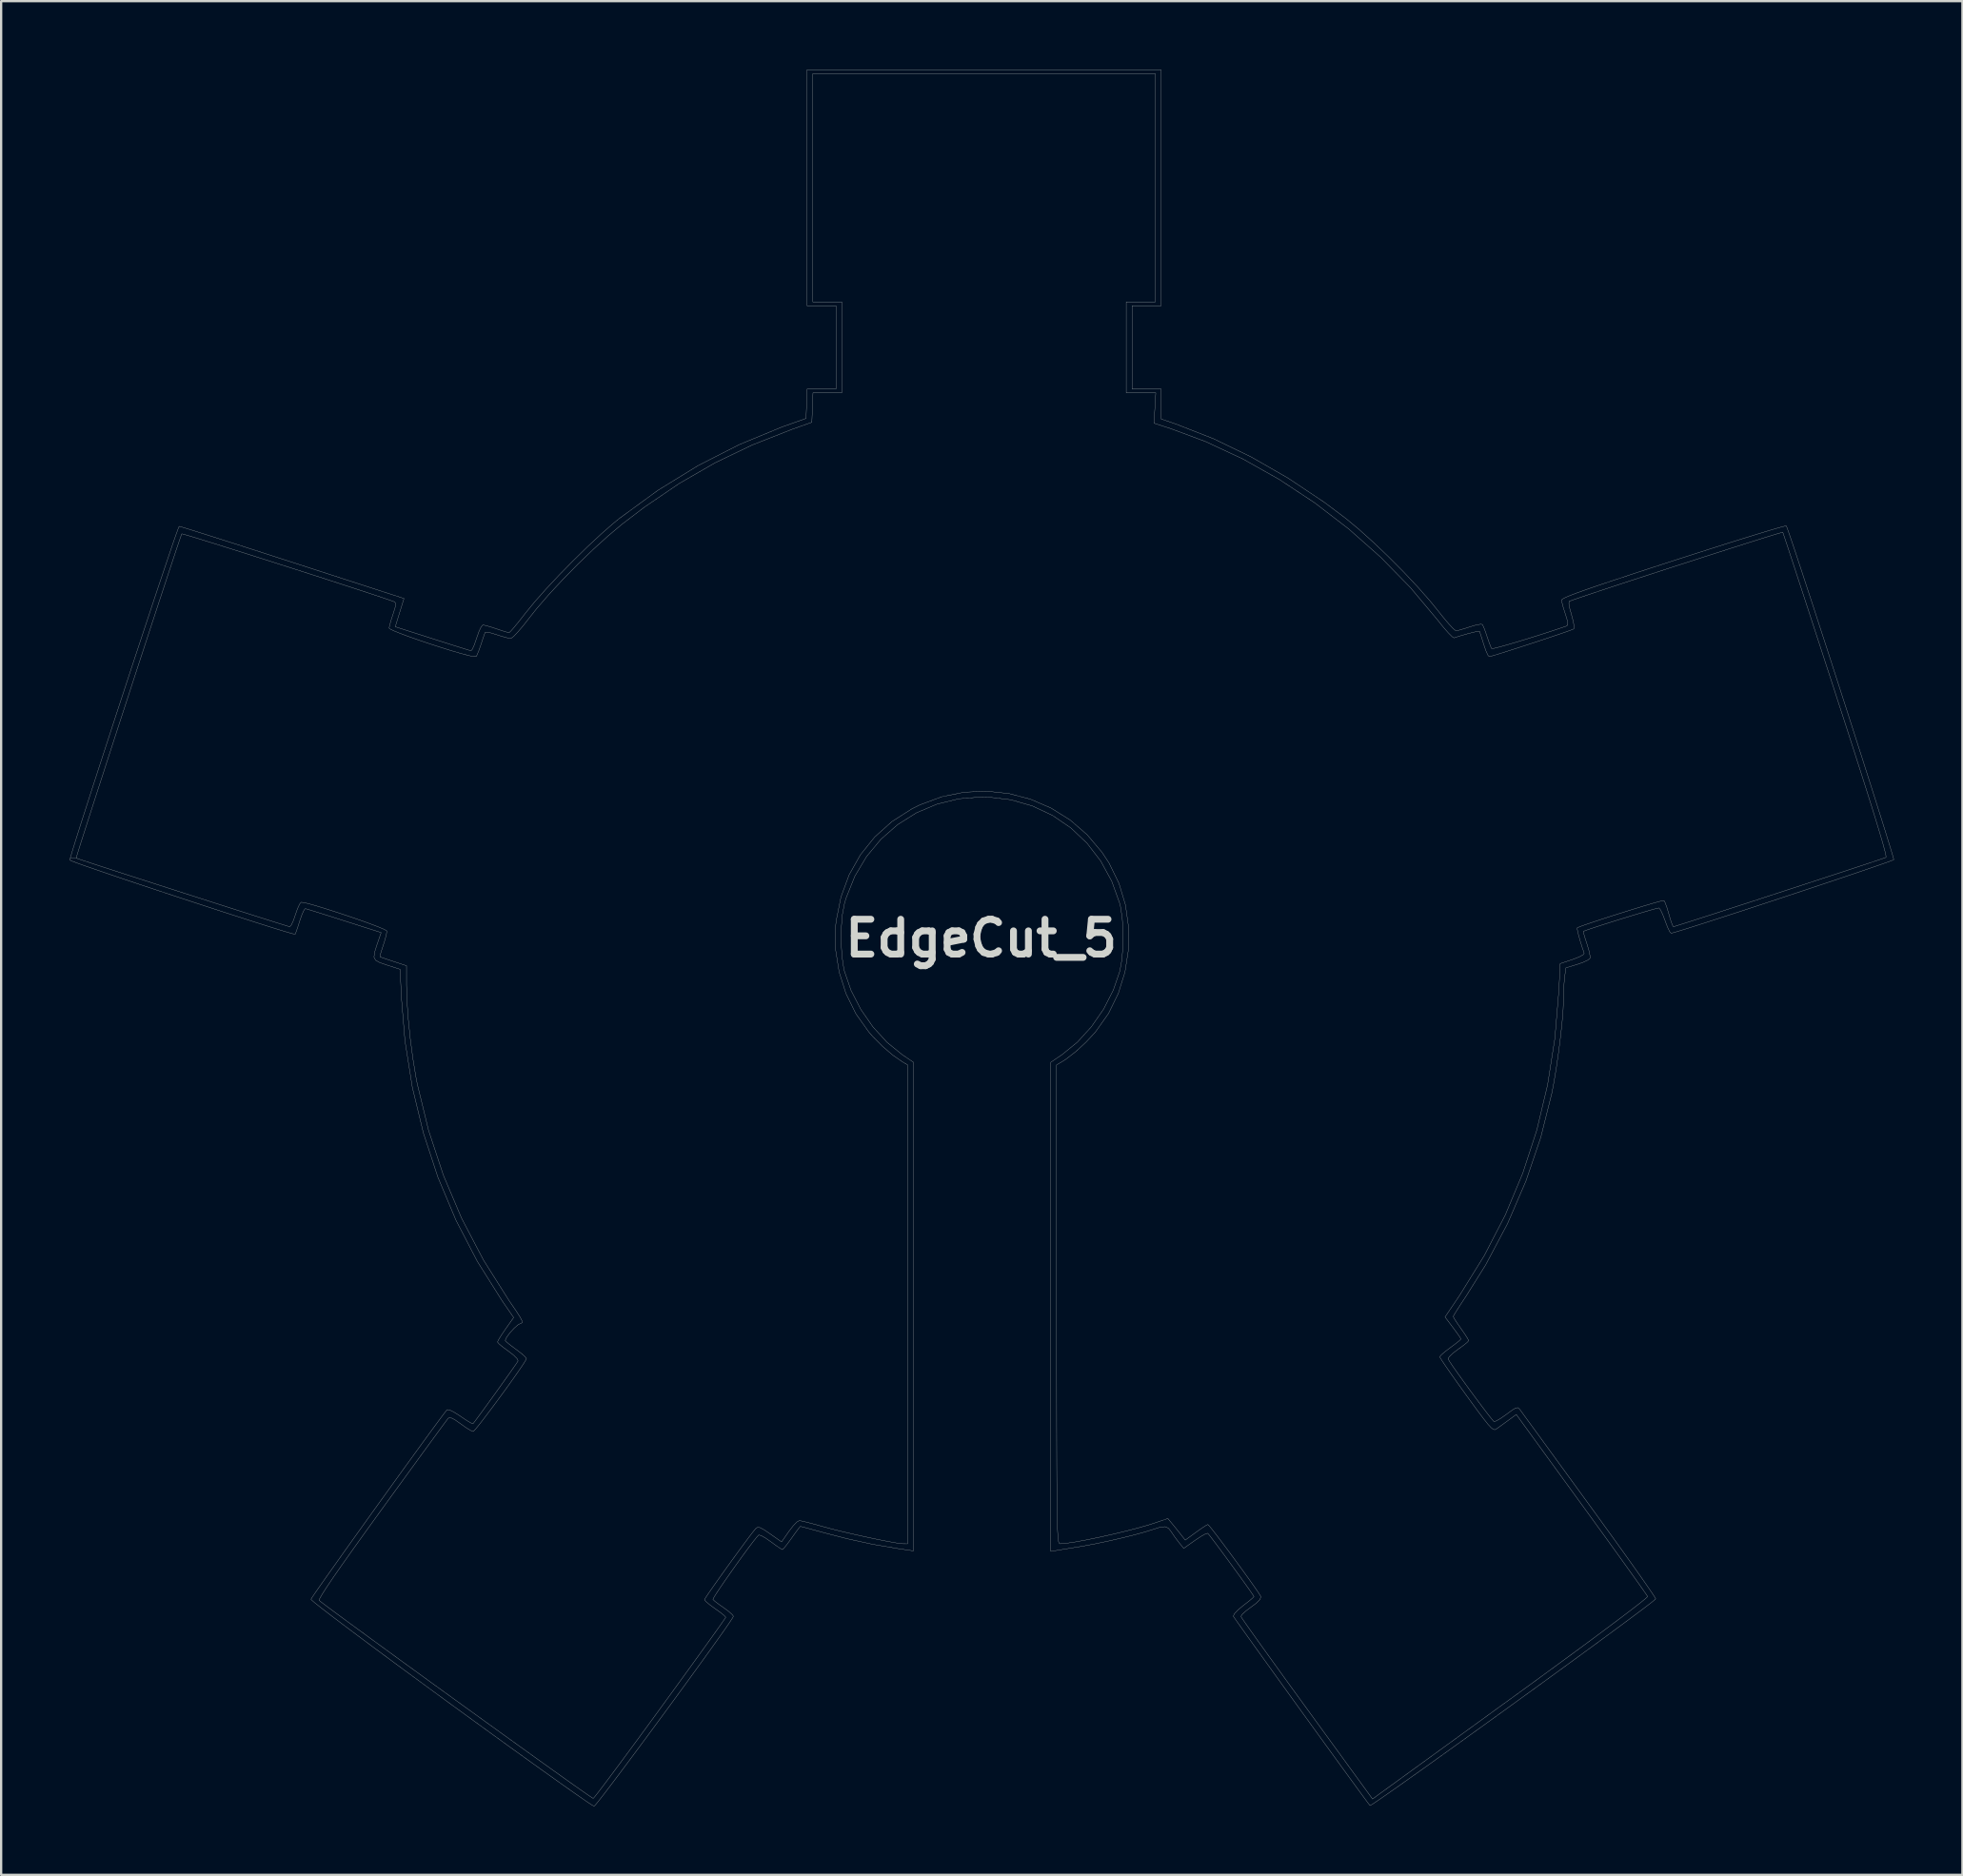
<source format=kicad_pcb>
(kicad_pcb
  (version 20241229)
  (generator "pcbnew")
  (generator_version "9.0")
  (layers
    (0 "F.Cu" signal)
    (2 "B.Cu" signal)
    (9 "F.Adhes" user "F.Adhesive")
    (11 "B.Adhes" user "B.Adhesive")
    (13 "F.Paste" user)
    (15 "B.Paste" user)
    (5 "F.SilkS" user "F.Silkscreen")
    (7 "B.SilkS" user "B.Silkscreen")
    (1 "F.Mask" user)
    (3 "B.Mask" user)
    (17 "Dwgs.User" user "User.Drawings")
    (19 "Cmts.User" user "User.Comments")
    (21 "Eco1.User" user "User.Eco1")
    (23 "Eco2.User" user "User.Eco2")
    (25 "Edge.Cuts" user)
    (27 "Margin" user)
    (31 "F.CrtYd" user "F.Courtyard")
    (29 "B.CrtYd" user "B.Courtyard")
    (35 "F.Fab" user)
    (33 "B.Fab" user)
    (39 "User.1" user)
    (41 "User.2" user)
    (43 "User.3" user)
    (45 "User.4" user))
  (footprint "EdgeCut_5"
    (layer "F.Cu")
    (at 39.886 38.02)
    (property "Reference" "EdgeCut_5" (at 0 0 0) (layer "Edge.Cuts") (effects (font (size 1.524 1.524) (thickness 0.3))))
    (attr through_hole)
    (fp_poly (pts (xy 7.874 -27.686) (xy 6.604 -27.686) (xy 6.604 -24.045) (xy 7.874 -24.045) (xy 7.874 -23.389) (xy 7.874 -22.733) (xy 8.547 -22.501) (xy 10.177 -21.863) (xy 11.815 -21.071) (xy 13.436 -20.141) (xy 15.017 -19.085) (xy 15.956 -18.38) (xy 16.529 -17.905) (xy 17.164 -17.334) (xy 17.825 -16.703) (xy 18.48 -16.044) (xy 19.093 -15.393) (xy 19.631 -14.783) (xy 19.97 -14.366) (xy 20.235 -14.034) (xy 20.47 -13.756) (xy 20.654 -13.559) (xy 20.765 -13.466) (xy 20.778 -13.462) (xy 20.911 -13.488) (xy 21.148 -13.556) (xy 21.381 -13.632) (xy 21.649 -13.712) (xy 21.851 -13.748) (xy 21.934 -13.738) (xy 21.99 -13.627) (xy 22.073 -13.408) (xy 22.14 -13.208) (xy 22.23 -12.945) (xy 22.306 -12.75) (xy 22.342 -12.682) (xy 22.433 -12.691) (xy 22.658 -12.746) (xy 22.992 -12.838) (xy 23.408 -12.96) (xy 23.882 -13.104) (xy 24.386 -13.262) (xy 24.895 -13.426) (xy 25.383 -13.588) (xy 25.63 -13.673) (xy 25.674 -13.741) (xy 25.653 -13.909) (xy 25.566 -14.191) (xy 25.477 -14.473) (xy 25.417 -14.704) (xy 25.401 -14.809) (xy 25.439 -14.85) (xy 25.557 -14.913) (xy 25.764 -15.002) (xy 26.071 -15.119) (xy 26.485 -15.267) (xy 27.017 -15.45) (xy 27.675 -15.671) (xy 28.469 -15.934) (xy 29.407 -16.241) (xy 30.29 -16.527) (xy 31.163 -16.809) (xy 31.987 -17.072) (xy 32.749 -17.314) (xy 33.435 -17.528) (xy 34.031 -17.712) (xy 34.523 -17.861) (xy 34.896 -17.97) (xy 35.138 -18.035) (xy 35.233 -18.052) (xy 35.233 -18.051) (xy 35.272 -17.958) (xy 35.357 -17.718) (xy 35.484 -17.346) (xy 35.649 -16.854) (xy 35.846 -16.257) (xy 36.072 -15.569) (xy 36.323 -14.804) (xy 36.592 -13.976) (xy 36.877 -13.099) (xy 37.173 -12.186) (xy 37.474 -11.252) (xy 37.778 -10.31) (xy 38.078 -9.375) (xy 38.371 -8.46) (xy 38.652 -7.58) (xy 38.917 -6.748) (xy 39.161 -5.978) (xy 39.38 -5.284) (xy 39.569 -4.68) (xy 39.723 -4.18) (xy 39.839 -3.799) (xy 39.912 -3.549) (xy 39.937 -3.445) (xy 39.937 -3.443) (xy 39.854 -3.406) (xy 39.628 -3.322) (xy 39.274 -3.198) (xy 38.81 -3.038) (xy 38.253 -2.848) (xy 37.62 -2.635) (xy 36.927 -2.403) (xy 36.193 -2.158) (xy 35.433 -1.906) (xy 34.665 -1.652) (xy 33.905 -1.402) (xy 33.172 -1.162) (xy 32.481 -0.938) (xy 31.849 -0.734) (xy 31.295 -0.556) (xy 30.834 -0.411) (xy 30.484 -0.303) (xy 30.261 -0.239) (xy 30.194 -0.223) (xy 30.132 -0.291) (xy 30.04 -0.48) (xy 29.937 -0.75) (xy 29.935 -0.757) (xy 29.83 -1.035) (xy 29.733 -1.241) (xy 29.665 -1.33) (xy 29.571 -1.312) (xy 29.345 -1.25) (xy 29.019 -1.155) (xy 28.621 -1.036) (xy 28.181 -0.902) (xy 27.73 -0.762) (xy 27.298 -0.625) (xy 26.914 -0.501) (xy 26.609 -0.399) (xy 26.412 -0.329) (xy 26.353 -0.302) (xy 26.367 -0.219) (xy 26.425 -0.02) (xy 26.51 0.241) (xy 26.595 0.528) (xy 26.643 0.758) (xy 26.645 0.875) (xy 26.547 0.955) (xy 26.334 1.054) (xy 26.096 1.137) (xy 25.59 1.291) (xy 25.537 1.673) (xy 25.51 1.956) (xy 25.491 2.326) (xy 25.484 2.7) (xy 25.467 3.123) (xy 25.423 3.671) (xy 25.355 4.303) (xy 25.27 4.979) (xy 25.172 5.657) (xy 25.066 6.297) (xy 24.975 6.773) (xy 24.489 8.716) (xy 23.84 10.625) (xy 23.036 12.487) (xy 22.082 14.287) (xy 21.237 15.638) (xy 21.015 15.974) (xy 20.833 16.257) (xy 20.708 16.46) (xy 20.659 16.554) (xy 20.659 16.555) (xy 20.704 16.645) (xy 20.825 16.832) (xy 20.994 17.075) (xy 20.997 17.081) (xy 21.167 17.325) (xy 21.288 17.515) (xy 21.336 17.61) (xy 21.336 17.61) (xy 21.272 17.683) (xy 21.102 17.82) (xy 20.866 17.991) (xy 20.635 18.167) (xy 20.48 18.318) (xy 20.434 18.411) (xy 20.434 18.412) (xy 20.5 18.523) (xy 20.645 18.739) (xy 20.852 19.033) (xy 21.101 19.38) (xy 21.373 19.755) (xy 21.65 20.131) (xy 21.913 20.483) (xy 22.142 20.785) (xy 22.32 21.012) (xy 22.426 21.137) (xy 22.445 21.154) (xy 22.549 21.121) (xy 22.743 21.006) (xy 22.988 20.835) (xy 22.997 20.828) (xy 23.246 20.645) (xy 23.398 20.554) (xy 23.49 20.543) (xy 23.558 20.6) (xy 23.58 20.629) (xy 23.65 20.725) (xy 23.809 20.945) (xy 24.05 21.276) (xy 24.364 21.707) (xy 24.74 22.224) (xy 25.17 22.816) (xy 25.645 23.468) (xy 26.155 24.17) (xy 26.619 24.807) (xy 27.148 25.538) (xy 27.646 26.228) (xy 28.104 26.866) (xy 28.513 27.44) (xy 28.864 27.937) (xy 29.148 28.345) (xy 29.358 28.652) (xy 29.484 28.845) (xy 29.519 28.912) (xy 29.446 28.979) (xy 29.249 29.135) (xy 28.938 29.372) (xy 28.526 29.68) (xy 28.024 30.053) (xy 27.444 30.48) (xy 26.798 30.955) (xy 26.097 31.467) (xy 25.353 32.009) (xy 24.578 32.573) (xy 23.784 33.148) (xy 22.982 33.729) (xy 22.185 34.304) (xy 21.403 34.867) (xy 20.649 35.409) (xy 19.935 35.921) (xy 19.272 36.395) (xy 18.671 36.821) (xy 18.145 37.193) (xy 17.706 37.501) (xy 17.365 37.736) (xy 17.134 37.891) (xy 17.024 37.956) (xy 17.017 37.957) (xy 16.944 37.864) (xy 16.785 37.649) (xy 16.55 37.329) (xy 16.249 36.916) (xy 15.892 36.426) (xy 15.492 35.874) (xy 15.057 35.274) (xy 14.599 34.641) (xy 14.128 33.99) (xy 13.655 33.334) (xy 13.19 32.689) (xy 12.744 32.07) (xy 12.328 31.491) (xy 11.952 30.966) (xy 11.626 30.511) (xy 11.362 30.14) (xy 11.169 29.868) (xy 11.059 29.708) (xy 11.036 29.673) (xy 11.078 29.568) (xy 11.234 29.4) (xy 11.466 29.207) (xy 11.7 29.026) (xy 11.869 28.885) (xy 11.938 28.813) (xy 11.938 28.812) (xy 11.89 28.733) (xy 11.76 28.543) (xy 11.566 28.268) (xy 11.325 27.933) (xy 11.057 27.564) (xy 10.781 27.186) (xy 10.514 26.823) (xy 10.275 26.502) (xy 10.083 26.248) (xy 9.956 26.086) (xy 9.914 26.04) (xy 9.819 26.066) (xy 9.629 26.172) (xy 9.382 26.335) (xy 9.358 26.351) (xy 8.865 26.701) (xy 8.662 26.453) (xy 8.481 26.214) (xy 8.322 25.979) (xy 8.318 25.971) (xy 8.195 25.816) (xy 8.048 25.752) (xy 7.832 25.774) (xy 7.525 25.871) (xy 7.172 25.982) (xy 6.697 26.112) (xy 6.144 26.249) (xy 5.559 26.383) (xy 4.985 26.504) (xy 4.468 26.601) (xy 4.359 26.619) (xy 3.973 26.682) (xy 3.626 26.738) (xy 3.369 26.781) (xy 3.281 26.796) (xy 3.048 26.835) (xy 3.048 5.425) (xy 3.543 5.089) (xy 4.214 4.542) (xy 4.829 3.865) (xy 5.36 3.096) (xy 5.782 2.27) (xy 6.068 1.439) (xy 6.158 0.937) (xy 6.206 0.34) (xy 6.212 -0.289) (xy 6.174 -0.892) (xy 6.094 -1.408) (xy 6.066 -1.524) (xy 5.715 -2.5) (xy 5.233 -3.383) (xy 4.632 -4.165) (xy 3.924 -4.834) (xy 3.123 -5.38) (xy 2.242 -5.794) (xy 1.294 -6.066) (xy 0.291 -6.185) (xy 0.042 -6.19) (xy -0.971 -6.109) (xy -1.934 -5.873) (xy -2.833 -5.493) (xy -3.654 -4.977) (xy -4.385 -4.337) (xy -5.013 -3.582) (xy -5.526 -2.722) (xy -5.909 -1.768) (xy -5.981 -1.524) (xy -6.072 -1.043) (xy -6.121 -0.457) (xy -6.127 0.171) (xy -6.091 0.782) (xy -6.012 1.316) (xy -5.983 1.439) (xy -5.691 2.285) (xy -5.267 3.11) (xy -4.734 3.878) (xy -4.118 4.553) (xy -3.458 5.089) (xy -2.963 5.425) (xy -2.963 26.812) (xy -3.662 26.708) (xy -4.759 26.521) (xy -5.877 26.276) (xy -6.845 26.025) (xy -7.239 25.918) (xy -7.569 25.828) (xy -7.803 25.766) (xy -7.909 25.739) (xy -7.913 25.739) (xy -7.968 25.803) (xy -8.094 25.971) (xy -8.265 26.21) (xy -8.29 26.247) (xy -8.47 26.493) (xy -8.613 26.674) (xy -8.693 26.754) (xy -8.697 26.755) (xy -8.785 26.707) (xy -8.968 26.583) (xy -9.201 26.412) (xy -9.441 26.246) (xy -9.632 26.139) (xy -9.731 26.116) (xy -9.817 26.206) (xy -9.976 26.405) (xy -10.189 26.687) (xy -10.44 27.028) (xy -10.71 27.403) (xy -10.981 27.786) (xy -11.236 28.151) (xy -11.456 28.475) (xy -11.623 28.73) (xy -11.72 28.893) (xy -11.737 28.939) (xy -11.649 29.02) (xy -11.464 29.16) (xy -11.266 29.299) (xy -11.041 29.466) (xy -10.887 29.605) (xy -10.841 29.676) (xy -10.891 29.766) (xy -11.03 29.977) (xy -11.25 30.295) (xy -11.539 30.703) (xy -11.886 31.189) (xy -12.281 31.737) (xy -12.713 32.334) (xy -13.172 32.964) (xy -13.646 33.614) (xy -14.127 34.268) (xy -14.602 34.913) (xy -15.061 35.533) (xy -15.493 36.115) (xy -15.889 36.644) (xy -16.237 37.105) (xy -16.527 37.485) (xy -16.747 37.767) (xy -16.889 37.939) (xy -16.938 37.987) (xy -17.023 37.94) (xy -17.235 37.801) (xy -17.563 37.575) (xy -17.999 37.27) (xy -18.531 36.894) (xy -19.15 36.453) (xy -19.847 35.954) (xy -20.611 35.404) (xy -21.432 34.81) (xy -22.301 34.18) (xy -23.199 33.527) (xy -24.154 32.829) (xy -25.055 32.168) (xy -25.894 31.55) (xy -26.661 30.982) (xy -27.349 30.469) (xy -27.948 30.019) (xy -28.451 29.638) (xy -28.848 29.332) (xy -29.131 29.107) (xy -29.292 28.971) (xy -29.327 28.93) (xy -29.278 28.849) (xy -29.14 28.644) (xy -28.923 28.332) (xy -28.638 27.927) (xy -28.296 27.444) (xy -27.907 26.896) (xy -27.482 26.3) (xy -27.03 25.668) (xy -26.564 25.017) (xy -26.092 24.36) (xy -25.626 23.713) (xy -25.176 23.089) (xy -24.752 22.504) (xy -24.366 21.972) (xy -24.027 21.508) (xy -23.747 21.127) (xy -23.535 20.842) (xy -23.402 20.669) (xy -23.368 20.629) (xy -23.271 20.639) (xy -23.079 20.732) (xy -22.828 20.889) (xy -22.785 20.92) (xy -22.534 21.089) (xy -22.341 21.206) (xy -22.242 21.248) (xy -22.238 21.246) (xy -22.151 21.136) (xy -21.99 20.919) (xy -21.774 20.624) (xy -21.52 20.274) (xy -21.248 19.897) (xy -20.977 19.518) (xy -20.725 19.164) (xy -20.511 18.861) (xy -20.354 18.634) (xy -20.272 18.511) (xy -20.265 18.498) (xy -20.309 18.396) (xy -20.469 18.237) (xy -20.694 18.064) (xy -20.932 17.89) (xy -21.101 17.749) (xy -21.166 17.67) (xy -21.121 17.572) (xy -21.001 17.378) (xy -20.831 17.127) (xy -20.813 17.1) (xy -20.458 16.598) (xy -20.969 15.856) (xy -22.049 14.138) (xy -22.984 12.336) (xy -23.771 10.461) (xy -24.408 8.522) (xy -24.89 6.529) (xy -25.214 4.491) (xy -25.371 2.58) (xy -25.426 1.356) (xy -26.006 1.169) (xy -26.317 1.062) (xy -26.499 0.96) (xy -26.569 0.823) (xy -26.544 0.612) (xy -26.442 0.287) (xy -26.421 0.226) (xy -26.257 -0.252) (xy -27.881 -0.77) (xy -28.379 -0.929) (xy -28.822 -1.069) (xy -29.185 -1.182) (xy -29.443 -1.262) (xy -29.57 -1.299) (xy -29.577 -1.301) (xy -29.635 -1.232) (xy -29.721 -1.042) (xy -29.816 -0.77) (xy -29.818 -0.762) (xy -29.908 -0.481) (xy -29.981 -0.272) (xy -30.019 -0.18) (xy -30.02 -0.18) (xy -30.107 -0.196) (xy -30.337 -0.26) (xy -30.694 -0.368) (xy -31.161 -0.513) (xy -31.721 -0.69) (xy -32.356 -0.894) (xy -33.051 -1.118) (xy -33.789 -1.358) (xy -34.552 -1.608) (xy -35.323 -1.862) (xy -36.087 -2.114) (xy -36.825 -2.36) (xy -37.522 -2.593) (xy -38.16 -2.809) (xy -38.722 -3.001) (xy -39.193 -3.164) (xy -39.553 -3.292) (xy -39.788 -3.38) (xy -39.88 -3.423) (xy -39.881 -3.425) (xy -39.86 -3.511) (xy -39.601 -3.511) (xy -39.513 -3.479) (xy -39.282 -3.402) (xy -38.924 -3.284) (xy -38.457 -3.131) (xy -37.899 -2.95) (xy -37.267 -2.746) (xy -36.578 -2.523) (xy -35.851 -2.289) (xy -35.102 -2.048) (xy -34.349 -1.806) (xy -33.609 -1.569) (xy -32.9 -1.342) (xy -32.24 -1.131) (xy -31.646 -0.942) (xy -31.135 -0.78) (xy -30.725 -0.651) (xy -30.433 -0.56) (xy -30.277 -0.513) (xy -30.256 -0.508) (xy -30.188 -0.583) (xy -30.097 -0.777) (xy -30.012 -1.025) (xy -29.916 -1.299) (xy -29.823 -1.5) (xy -29.759 -1.579) (xy -29.644 -1.568) (xy -29.4 -1.508) (xy -29.056 -1.41) (xy -28.64 -1.282) (xy -28.179 -1.134) (xy -27.701 -0.975) (xy -27.233 -0.815) (xy -26.805 -0.662) (xy -26.443 -0.526) (xy -26.175 -0.416) (xy -26.03 -0.342) (xy -26.011 -0.323) (xy -26.025 -0.187) (xy -26.085 0.051) (xy -26.16 0.29) (xy -26.246 0.552) (xy -26.3 0.739) (xy -26.31 0.807) (xy -26.225 0.84) (xy -26.022 0.91) (xy -25.743 1.003) (xy -25.718 1.011) (xy -25.146 1.199) (xy -25.146 2.041) (xy -25.126 2.74) (xy -25.068 3.548) (xy -24.98 4.41) (xy -24.866 5.272) (xy -24.733 6.079) (xy -24.678 6.364) (xy -24.182 8.403) (xy -23.534 10.367) (xy -22.732 12.26) (xy -21.776 14.087) (xy -20.663 15.85) (xy -20.608 15.929) (xy -20.35 16.308) (xy -20.182 16.57) (xy -20.096 16.734) (xy -20.082 16.821) (xy -20.129 16.848) (xy -20.138 16.849) (xy -20.262 16.911) (xy -20.437 17.065) (xy -20.618 17.263) (xy -20.763 17.457) (xy -20.826 17.598) (xy -20.826 17.606) (xy -20.762 17.675) (xy -20.594 17.812) (xy -20.361 17.985) (xy -20.126 18.164) (xy -19.959 18.312) (xy -19.897 18.396) (xy -19.945 18.493) (xy -20.077 18.699) (xy -20.276 18.99) (xy -20.525 19.344) (xy -20.806 19.736) (xy -21.103 20.142) (xy -21.397 20.54) (xy -21.672 20.905) (xy -21.91 21.215) (xy -22.094 21.444) (xy -22.207 21.57) (xy -22.231 21.587) (xy -22.341 21.541) (xy -22.54 21.418) (xy -22.777 21.25) (xy -23.036 21.068) (xy -23.199 20.987) (xy -23.299 20.992) (xy -23.33 21.017) (xy -23.396 21.104) (xy -23.553 21.315) (xy -23.79 21.639) (xy -24.099 22.061) (xy -24.47 22.57) (xy -24.894 23.153) (xy -25.362 23.797) (xy -25.865 24.49) (xy -26.241 25.008) (xy -26.914 25.941) (xy -27.488 26.743) (xy -27.965 27.416) (xy -28.346 27.964) (xy -28.635 28.392) (xy -28.833 28.701) (xy -28.943 28.895) (xy -28.967 28.978) (xy -28.966 28.98) (xy -28.867 29.061) (xy -28.645 29.229) (xy -28.312 29.477) (xy -27.881 29.795) (xy -27.363 30.175) (xy -26.771 30.608) (xy -26.116 31.085) (xy -25.412 31.598) (xy -24.668 32.137) (xy -23.899 32.695) (xy -23.115 33.262) (xy -22.329 33.829) (xy -21.553 34.389) (xy -20.799 34.932) (xy -20.079 35.45) (xy -19.405 35.934) (xy -18.789 36.374) (xy -18.243 36.764) (xy -17.779 37.093) (xy -17.409 37.353) (xy -17.146 37.536) (xy -17.001 37.632) (xy -16.976 37.645) (xy -16.912 37.575) (xy -16.757 37.379) (xy -16.522 37.07) (xy -16.215 36.661) (xy -15.845 36.164) (xy -15.421 35.591) (xy -14.952 34.954) (xy -14.448 34.265) (xy -14.034 33.697) (xy -13.51 32.976) (xy -13.017 32.296) (xy -12.564 31.67) (xy -12.16 31.109) (xy -11.813 30.626) (xy -11.533 30.233) (xy -11.328 29.942) (xy -11.206 29.766) (xy -11.176 29.716) (xy -11.24 29.644) (xy -11.409 29.508) (xy -11.642 29.341) (xy -11.878 29.168) (xy -12.045 29.027) (xy -12.107 28.949) (xy -12.06 28.865) (xy -11.929 28.668) (xy -11.732 28.384) (xy -11.487 28.036) (xy -11.21 27.648) (xy -10.919 27.244) (xy -10.632 26.848) (xy -10.365 26.485) (xy -10.137 26.179) (xy -9.963 25.953) (xy -9.863 25.832) (xy -9.861 25.83) (xy -9.782 25.779) (xy -9.673 25.794) (xy -9.499 25.887) (xy -9.238 26.064) (xy -8.733 26.418) (xy -8.409 25.953) (xy -8.227 25.715) (xy -8.064 25.547) (xy -7.959 25.486) (xy -7.829 25.509) (xy -7.576 25.57) (xy -7.24 25.659) (xy -6.943 25.743) (xy -6.562 25.846) (xy -6.1 25.961) (xy -5.59 26.08) (xy -5.065 26.197) (xy -4.557 26.304) (xy -4.101 26.394) (xy -3.729 26.461) (xy -3.474 26.496) (xy -3.408 26.5) (xy -3.217 26.501) (xy -3.217 5.54) (xy -3.459 5.397) (xy -3.864 5.115) (xy -4.308 4.735) (xy -4.739 4.302) (xy -4.911 4.106) (xy -5.477 3.309) (xy -5.914 2.422) (xy -6.215 1.472) (xy -6.371 0.49) (xy -6.372 -0.497) (xy -6.346 -0.757) (xy -6.135 -1.807) (xy -5.779 -2.775) (xy -5.285 -3.654) (xy -4.658 -4.435) (xy -3.906 -5.109) (xy -3.034 -5.666) (xy -2.686 -5.839) (xy -1.724 -6.197) (xy -0.741 -6.396) (xy 0.246 -6.441) (xy 1.22 -6.336) (xy 2.163 -6.088) (xy 3.058 -5.702) (xy 3.89 -5.182) (xy 4.64 -4.534) (xy 5.291 -3.763) (xy 5.601 -3.29) (xy 6.033 -2.402) (xy 6.316 -1.46) (xy 6.453 -0.485) (xy 6.446 0.5) (xy 6.295 1.473) (xy 6.003 2.411) (xy 5.572 3.293) (xy 5.004 4.096) (xy 4.996 4.106) (xy 4.586 4.548) (xy 4.142 4.957) (xy 3.714 5.288) (xy 3.544 5.397) (xy 3.302 5.54) (xy 3.302 16.02) (xy 3.302 17.569) (xy 3.302 18.958) (xy 3.303 20.195) (xy 3.304 21.288) (xy 3.306 22.248) (xy 3.308 23.082) (xy 3.311 23.799) (xy 3.316 24.409) (xy 3.321 24.919) (xy 3.328 25.339) (xy 3.336 25.677) (xy 3.346 25.943) (xy 3.357 26.144) (xy 3.37 26.291) (xy 3.385 26.391) (xy 3.402 26.453) (xy 3.422 26.486) (xy 3.443 26.499) (xy 3.46 26.501) (xy 3.725 26.479) (xy 4.119 26.42) (xy 4.61 26.33) (xy 5.162 26.216) (xy 5.743 26.087) (xy 6.32 25.949) (xy 6.858 25.81) (xy 7.323 25.678) (xy 7.578 25.596) (xy 8.17 25.394) (xy 8.34 25.599) (xy 8.51 25.807) (xy 8.7 26.045) (xy 8.721 26.072) (xy 8.932 26.34) (xy 9.398 26) (xy 9.64 25.828) (xy 9.828 25.705) (xy 9.921 25.657) (xy 9.921 25.657) (xy 9.985 25.721) (xy 10.13 25.9) (xy 10.338 26.169) (xy 10.593 26.507) (xy 10.877 26.888) (xy 11.172 27.29) (xy 11.463 27.689) (xy 11.731 28.061) (xy 11.959 28.384) (xy 12.13 28.633) (xy 12.226 28.786) (xy 12.24 28.812) (xy 12.207 28.934) (xy 12.031 29.108) (xy 11.819 29.266) (xy 11.585 29.442) (xy 11.423 29.592) (xy 11.368 29.684) (xy 11.42 29.767) (xy 11.563 29.975) (xy 11.788 30.295) (xy 12.086 30.715) (xy 12.449 31.221) (xy 12.867 31.802) (xy 13.331 32.446) (xy 13.833 33.139) (xy 14.258 33.724) (xy 17.128 37.672) (xy 17.348 37.51) (xy 17.449 37.436) (xy 17.677 37.271) (xy 18.02 37.022) (xy 18.47 36.695) (xy 19.014 36.3) (xy 19.643 35.844) (xy 20.347 35.333) (xy 21.114 34.777) (xy 21.935 34.181) (xy 22.798 33.555) (xy 23.384 33.131) (xy 24.321 32.45) (xy 25.201 31.807) (xy 26.015 31.21) (xy 26.755 30.664) (xy 27.412 30.175) (xy 27.978 29.751) (xy 28.444 29.397) (xy 28.801 29.121) (xy 29.041 28.927) (xy 29.156 28.824) (xy 29.165 28.809) (xy 29.11 28.723) (xy 28.965 28.513) (xy 28.738 28.19) (xy 28.437 27.769) (xy 28.073 27.261) (xy 27.654 26.678) (xy 27.189 26.034) (xy 26.687 25.341) (xy 26.275 24.773) (xy 23.419 20.842) (xy 23.052 21.11) (xy 22.813 21.284) (xy 22.609 21.431) (xy 22.534 21.485) (xy 22.477 21.508) (xy 22.408 21.49) (xy 22.314 21.416) (xy 22.181 21.271) (xy 21.997 21.04) (xy 21.748 20.709) (xy 21.421 20.261) (xy 21.224 19.99) (xy 20.896 19.533) (xy 20.604 19.121) (xy 20.362 18.774) (xy 20.185 18.511) (xy 20.085 18.353) (xy 20.068 18.317) (xy 20.133 18.235) (xy 20.301 18.09) (xy 20.533 17.913) (xy 20.767 17.74) (xy 20.934 17.606) (xy 20.997 17.54) (xy 20.997 17.54) (xy 20.95 17.457) (xy 20.826 17.278) (xy 20.652 17.042) (xy 20.649 17.037) (xy 20.3 16.576) (xy 20.935 15.633) (xy 22.014 13.893) (xy 22.936 12.111) (xy 23.703 10.277) (xy 24.319 8.384) (xy 24.786 6.422) (xy 25.106 4.382) (xy 25.283 2.267) (xy 25.341 1.106) (xy 25.884 0.925) (xy 26.17 0.815) (xy 26.348 0.715) (xy 26.39 0.647) (xy 26.3 0.39) (xy 26.211 0.103) (xy 26.137 -0.167) (xy 26.091 -0.37) (xy 26.086 -0.46) (xy 26.183 -0.504) (xy 26.412 -0.588) (xy 26.746 -0.701) (xy 27.156 -0.837) (xy 27.615 -0.985) (xy 28.095 -1.137) (xy 28.569 -1.285) (xy 29.008 -1.419) (xy 29.386 -1.531) (xy 29.674 -1.612) (xy 29.844 -1.654) (xy 29.879 -1.656) (xy 29.933 -1.559) (xy 30.011 -1.345) (xy 30.095 -1.062) (xy 30.176 -0.784) (xy 30.246 -0.586) (xy 30.289 -0.508) (xy 30.289 -0.508) (xy 30.379 -0.533) (xy 30.612 -0.606) (xy 30.971 -0.72) (xy 31.439 -0.87) (xy 31.997 -1.05) (xy 32.629 -1.255) (xy 33.317 -1.478) (xy 34.043 -1.714) (xy 34.79 -1.958) (xy 35.541 -2.203) (xy 36.278 -2.444) (xy 36.984 -2.675) (xy 37.64 -2.89) (xy 38.231 -3.085) (xy 38.737 -3.252) (xy 39.142 -3.387) (xy 39.429 -3.484) (xy 39.579 -3.536) (xy 39.596 -3.543) (xy 39.595 -3.616) (xy 39.551 -3.814) (xy 39.463 -4.142) (xy 39.328 -4.602) (xy 39.147 -5.199) (xy 38.918 -5.937) (xy 38.64 -6.82) (xy 38.311 -7.85) (xy 37.931 -9.033) (xy 37.498 -10.371) (xy 37.402 -10.668) (xy 37.06 -11.721) (xy 36.733 -12.727) (xy 36.424 -13.675) (xy 36.138 -14.553) (xy 35.879 -15.349) (xy 35.649 -16.053) (xy 35.452 -16.652) (xy 35.294 -17.135) (xy 35.176 -17.491) (xy 35.104 -17.707) (xy 35.081 -17.772) (xy 34.998 -17.753) (xy 34.771 -17.687) (xy 34.419 -17.579) (xy 33.957 -17.435) (xy 33.404 -17.26) (xy 32.777 -17.061) (xy 32.093 -16.842) (xy 31.369 -16.609) (xy 30.622 -16.368) (xy 29.871 -16.125) (xy 29.132 -15.884) (xy 28.422 -15.653) (xy 27.76 -15.435) (xy 27.161 -15.238) (xy 26.644 -15.065) (xy 26.226 -14.924) (xy 25.924 -14.82) (xy 25.755 -14.758) (xy 25.725 -14.744) (xy 25.721 -14.642) (xy 25.761 -14.426) (xy 25.838 -14.15) (xy 25.913 -13.867) (xy 25.948 -13.648) (xy 25.935 -13.544) (xy 25.843 -13.504) (xy 25.618 -13.422) (xy 25.287 -13.308) (xy 24.88 -13.171) (xy 24.424 -13.019) (xy 23.947 -12.863) (xy 23.479 -12.711) (xy 23.046 -12.573) (xy 22.678 -12.457) (xy 22.403 -12.374) (xy 22.248 -12.332) (xy 22.233 -12.329) (xy 22.173 -12.399) (xy 22.087 -12.59) (xy 21.994 -12.863) (xy 21.992 -12.869) (xy 21.906 -13.149) (xy 21.838 -13.356) (xy 21.802 -13.446) (xy 21.802 -13.446) (xy 21.718 -13.436) (xy 21.522 -13.391) (xy 21.265 -13.324) (xy 20.998 -13.248) (xy 20.772 -13.178) (xy 20.695 -13.151) (xy 20.612 -13.201) (xy 20.45 -13.363) (xy 20.233 -13.611) (xy 19.984 -13.921) (xy 19.965 -13.946) (xy 18.791 -15.345) (xy 17.494 -16.673) (xy 16.091 -17.914) (xy 14.604 -19.056) (xy 13.05 -20.083) (xy 11.451 -20.983) (xy 9.825 -21.741) (xy 8.291 -22.311) (xy 7.565 -22.547) (xy 7.603 -23.211) (xy 7.642 -23.876) (xy 6.35 -23.876) (xy 6.35 -27.855) (xy 7.62 -27.855) (xy 7.62 -37.846) (xy -7.366 -37.846) (xy -7.366 -27.855) (xy -6.096 -27.855) (xy -6.096 -23.876) (xy -7.359 -23.876) (xy -7.384 -23.231) (xy -7.408 -22.587) (xy -8.297 -22.271) (xy -10.019 -21.593) (xy -11.645 -20.813) (xy -13.205 -19.913) (xy -14.734 -18.874) (xy -15.706 -18.133) (xy -16.317 -17.62) (xy -16.978 -17.022) (xy -17.654 -16.37) (xy -18.314 -15.698) (xy -18.926 -15.038) (xy -19.458 -14.423) (xy -19.77 -14.028) (xy -20.031 -13.695) (xy -20.266 -13.417) (xy -20.453 -13.22) (xy -20.569 -13.13) (xy -20.582 -13.127) (xy -20.732 -13.151) (xy -20.979 -13.218) (xy -21.194 -13.287) (xy -21.452 -13.366) (xy -21.638 -13.402) (xy -21.704 -13.393) (xy -21.746 -13.286) (xy -21.82 -13.071) (xy -21.885 -12.869) (xy -21.978 -12.603) (xy -22.06 -12.403) (xy -22.102 -12.33) (xy -22.201 -12.33) (xy -22.432 -12.379) (xy -22.766 -12.468) (xy -23.176 -12.588) (xy -23.635 -12.731) (xy -24.114 -12.886) (xy -24.588 -13.045) (xy -25.028 -13.199) (xy -25.406 -13.34) (xy -25.696 -13.457) (xy -25.87 -13.542) (xy -25.908 -13.578) (xy -25.882 -13.713) (xy -25.814 -13.951) (xy -25.736 -14.189) (xy -25.646 -14.478) (xy -25.621 -14.645) (xy -25.657 -14.721) (xy -25.673 -14.729) (xy -25.897 -14.808) (xy -26.248 -14.928) (xy -26.709 -15.081) (xy -27.262 -15.263) (xy -27.889 -15.467) (xy -28.574 -15.69) (xy -29.3 -15.924) (xy -30.048 -16.164) (xy -30.801 -16.405) (xy -31.543 -16.642) (xy -32.255 -16.868) (xy -32.922 -17.078) (xy -33.524 -17.267) (xy -34.045 -17.429) (xy -34.467 -17.559) (xy -34.774 -17.65) (xy -34.947 -17.698) (xy -34.98 -17.704) (xy -35.013 -17.619) (xy -35.093 -17.388) (xy -35.216 -17.024) (xy -35.376 -16.541) (xy -35.571 -15.954) (xy -35.794 -15.277) (xy -36.042 -14.523) (xy -36.309 -13.707) (xy -36.592 -12.843) (xy -36.886 -11.944) (xy -37.185 -11.025) (xy -37.487 -10.099) (xy -37.785 -9.181) (xy -38.076 -8.285) (xy -38.354 -7.425) (xy -38.616 -6.614) (xy -38.857 -5.867) (xy -39.072 -5.198) (xy -39.257 -4.621) (xy -39.407 -4.15) (xy -39.517 -3.798) (xy -39.583 -3.581) (xy -39.601 -3.511) (xy -39.86 -3.511) (xy -39.856 -3.529) (xy -39.783 -3.779) (xy -39.666 -4.159) (xy -39.51 -4.657) (xy -39.319 -5.259) (xy -39.097 -5.95) (xy -38.85 -6.717) (xy -38.582 -7.546) (xy -38.297 -8.424) (xy -38 -9.335) (xy -37.696 -10.268) (xy -37.388 -11.207) (xy -37.082 -12.139) (xy -36.782 -13.05) (xy -36.492 -13.927) (xy -36.217 -14.755) (xy -35.962 -15.521) (xy -35.731 -16.21) (xy -35.529 -16.81) (xy -35.36 -17.306) (xy -35.228 -17.684) (xy -35.139 -17.93) (xy -35.096 -18.032) (xy -35.094 -18.033) (xy -35.001 -18.008) (xy -34.76 -17.935) (xy -34.387 -17.819) (xy -33.895 -17.664) (xy -33.299 -17.474) (xy -32.613 -17.255) (xy -31.851 -17.01) (xy -31.027 -16.744) (xy -30.156 -16.462) (xy -30.133 -16.455) (xy -25.257 -14.875) (xy -25.448 -14.256) (xy -25.639 -13.637) (xy -24.017 -13.118) (xy -23.519 -12.959) (xy -23.077 -12.819) (xy -22.714 -12.705) (xy -22.456 -12.625) (xy -22.33 -12.588) (xy -22.322 -12.586) (xy -22.264 -12.654) (xy -22.179 -12.845) (xy -22.085 -13.12) (xy -22.077 -13.145) (xy -21.978 -13.427) (xy -21.881 -13.631) (xy -21.806 -13.716) (xy -21.802 -13.716) (xy -21.673 -13.69) (xy -21.439 -13.622) (xy -21.209 -13.547) (xy -20.941 -13.457) (xy -20.739 -13.396) (xy -20.658 -13.377) (xy -20.587 -13.441) (xy -20.436 -13.614) (xy -20.225 -13.872) (xy -19.975 -14.19) (xy -19.932 -14.245) (xy -19.531 -14.735) (xy -19.029 -15.301) (xy -18.458 -15.911) (xy -17.847 -16.534) (xy -17.228 -17.138) (xy -16.632 -17.693) (xy -16.089 -18.168) (xy -15.833 -18.378) (xy -14.15 -19.606) (xy -12.399 -20.685) (xy -10.588 -21.61) (xy -8.728 -22.377) (xy -8.551 -22.44) (xy -7.662 -22.756) (xy -7.613 -24.045) (xy -6.981 -24.045) (xy -6.35 -24.045) (xy -6.35 -27.686) (xy -7.62 -27.686) (xy -7.62 -38.015) (xy 7.874 -38.015) (xy 7.874 -27.686)) (stroke (width 0.01) (type solid)) (fill no) (layer "Edge.Cuts")))
  (gr_rect
    (start -3 -3)
    (end 82.828 79.012)
    (stroke (width 0.1) (type default))
    (fill no)
    (layer "Edge.Cuts")))
</source>
